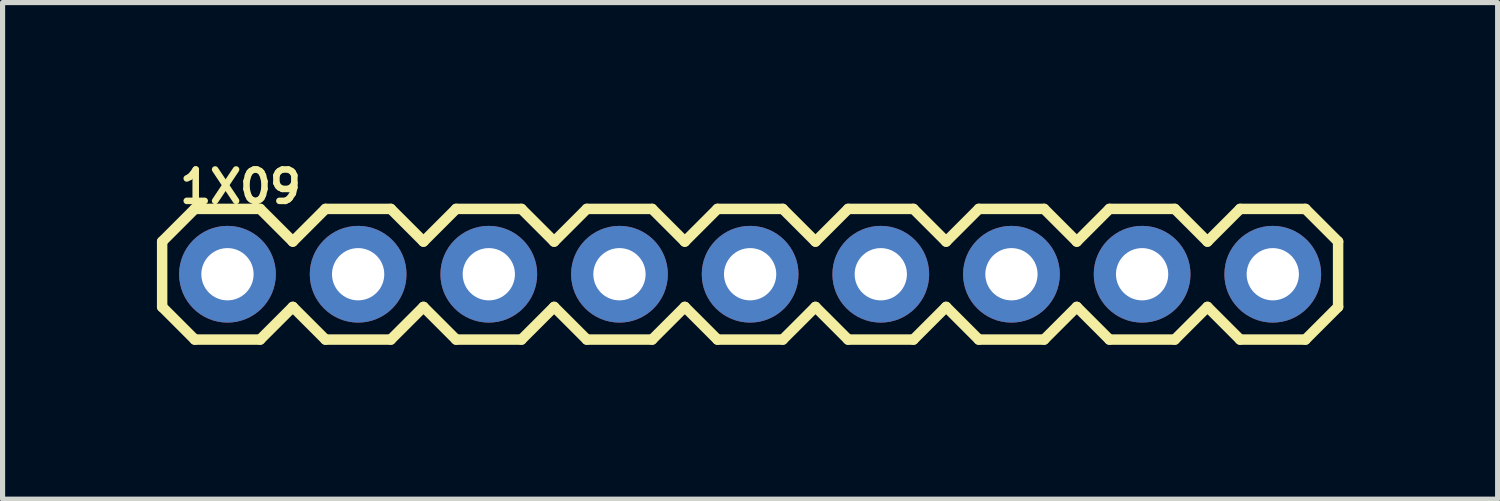
<source format=kicad_pcb>
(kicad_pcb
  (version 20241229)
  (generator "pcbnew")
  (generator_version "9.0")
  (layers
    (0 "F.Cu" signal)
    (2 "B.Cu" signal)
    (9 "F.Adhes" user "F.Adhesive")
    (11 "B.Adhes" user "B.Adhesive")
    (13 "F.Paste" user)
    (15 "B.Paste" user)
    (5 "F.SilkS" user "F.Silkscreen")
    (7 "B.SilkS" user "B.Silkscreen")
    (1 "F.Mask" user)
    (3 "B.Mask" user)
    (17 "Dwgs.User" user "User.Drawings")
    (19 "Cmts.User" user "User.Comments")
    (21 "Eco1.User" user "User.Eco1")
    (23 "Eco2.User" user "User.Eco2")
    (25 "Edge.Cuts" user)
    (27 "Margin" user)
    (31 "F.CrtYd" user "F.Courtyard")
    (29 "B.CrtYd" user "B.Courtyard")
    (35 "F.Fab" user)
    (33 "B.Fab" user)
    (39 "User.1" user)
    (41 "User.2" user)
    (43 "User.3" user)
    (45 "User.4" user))
  (footprint "1X09"
    (layer "F.Cu")
    (at 1.372 2.281)
    (property "Reference" "1X09" (at 0.254 -1.702 0) (layer "F.SilkS") (effects (font (size 0.61 0.61) (thickness 0.127))))
    (attr exclude_from_pos_files exclude_from_bom)
    (fp_line (start -1.27 -0.635) (end -1.27 0.635) (stroke (width 0.203) (type solid)) (layer "F.SilkS"))
    (fp_line (start -1.27 0.635) (end -0.635 1.27) (stroke (width 0.203) (type solid)) (layer "F.SilkS"))
    (fp_line (start -0.635 -1.27) (end -1.27 -0.635) (stroke (width 0.203) (type solid)) (layer "F.SilkS"))
    (fp_line (start -0.635 -1.27) (end 0.635 -1.27) (stroke (width 0.203) (type solid)) (layer "F.SilkS"))
    (fp_line (start 0.635 -1.27) (end 1.27 -0.635) (stroke (width 0.203) (type solid)) (layer "F.SilkS"))
    (fp_line (start 0.635 1.27) (end -0.635 1.27) (stroke (width 0.203) (type solid)) (layer "F.SilkS"))
    (fp_line (start 1.27 -0.635) (end 1.905 -1.27) (stroke (width 0.203) (type solid)) (layer "F.SilkS"))
    (fp_line (start 1.27 0.635) (end 0.635 1.27) (stroke (width 0.203) (type solid)) (layer "F.SilkS"))
    (fp_line (start 1.905 -1.27) (end 3.175 -1.27) (stroke (width 0.203) (type solid)) (layer "F.SilkS"))
    (fp_line (start 1.905 1.27) (end 1.27 0.635) (stroke (width 0.203) (type solid)) (layer "F.SilkS"))
    (fp_line (start 3.175 -1.27) (end 3.81 -0.635) (stroke (width 0.203) (type solid)) (layer "F.SilkS"))
    (fp_line (start 3.175 1.27) (end 1.905 1.27) (stroke (width 0.203) (type solid)) (layer "F.SilkS"))
    (fp_line (start 3.81 -0.635) (end 4.445 -1.27) (stroke (width 0.203) (type solid)) (layer "F.SilkS"))
    (fp_line (start 3.81 0.635) (end 3.175 1.27) (stroke (width 0.203) (type solid)) (layer "F.SilkS"))
    (fp_line (start 4.445 -1.27) (end 5.715 -1.27) (stroke (width 0.203) (type solid)) (layer "F.SilkS"))
    (fp_line (start 4.445 1.27) (end 3.81 0.635) (stroke (width 0.203) (type solid)) (layer "F.SilkS"))
    (fp_line (start 5.715 -1.27) (end 6.35 -0.635) (stroke (width 0.203) (type solid)) (layer "F.SilkS"))
    (fp_line (start 5.715 1.27) (end 4.445 1.27) (stroke (width 0.203) (type solid)) (layer "F.SilkS"))
    (fp_line (start 6.35 0.635) (end 5.715 1.27) (stroke (width 0.203) (type solid)) (layer "F.SilkS"))
    (fp_line (start 6.35 0.635) (end 6.985 1.27) (stroke (width 0.203) (type solid)) (layer "F.SilkS"))
    (fp_line (start 6.985 -1.27) (end 6.35 -0.635) (stroke (width 0.203) (type solid)) (layer "F.SilkS"))
    (fp_line (start 6.985 -1.27) (end 8.255 -1.27) (stroke (width 0.203) (type solid)) (layer "F.SilkS"))
    (fp_line (start 8.255 -1.27) (end 8.89 -0.635) (stroke (width 0.203) (type solid)) (layer "F.SilkS"))
    (fp_line (start 8.255 1.27) (end 6.985 1.27) (stroke (width 0.203) (type solid)) (layer "F.SilkS"))
    (fp_line (start 8.89 -0.635) (end 9.525 -1.27) (stroke (width 0.203) (type solid)) (layer "F.SilkS"))
    (fp_line (start 8.89 0.635) (end 8.255 1.27) (stroke (width 0.203) (type solid)) (layer "F.SilkS"))
    (fp_line (start 9.525 -1.27) (end 10.795 -1.27) (stroke (width 0.203) (type solid)) (layer "F.SilkS"))
    (fp_line (start 9.525 1.27) (end 8.89 0.635) (stroke (width 0.203) (type solid)) (layer "F.SilkS"))
    (fp_line (start 10.795 -1.27) (end 11.43 -0.635) (stroke (width 0.203) (type solid)) (layer "F.SilkS"))
    (fp_line (start 10.795 1.27) (end 9.525 1.27) (stroke (width 0.203) (type solid)) (layer "F.SilkS"))
    (fp_line (start 11.43 -0.635) (end 12.065 -1.27) (stroke (width 0.203) (type solid)) (layer "F.SilkS"))
    (fp_line (start 11.43 0.635) (end 10.795 1.27) (stroke (width 0.203) (type solid)) (layer "F.SilkS"))
    (fp_line (start 12.065 -1.27) (end 13.335 -1.27) (stroke (width 0.203) (type solid)) (layer "F.SilkS"))
    (fp_line (start 12.065 1.27) (end 11.43 0.635) (stroke (width 0.203) (type solid)) (layer "F.SilkS"))
    (fp_line (start 13.335 -1.27) (end 13.97 -0.635) (stroke (width 0.203) (type solid)) (layer "F.SilkS"))
    (fp_line (start 13.335 1.27) (end 12.065 1.27) (stroke (width 0.203) (type solid)) (layer "F.SilkS"))
    (fp_line (start 13.97 0.635) (end 13.335 1.27) (stroke (width 0.203) (type solid)) (layer "F.SilkS"))
    (fp_line (start 13.97 0.635) (end 14.605 1.27) (stroke (width 0.203) (type solid)) (layer "F.SilkS"))
    (fp_line (start 14.605 -1.27) (end 13.97 -0.635) (stroke (width 0.203) (type solid)) (layer "F.SilkS"))
    (fp_line (start 14.605 -1.27) (end 15.875 -1.27) (stroke (width 0.203) (type solid)) (layer "F.SilkS"))
    (fp_line (start 15.875 -1.27) (end 16.51 -0.635) (stroke (width 0.203) (type solid)) (layer "F.SilkS"))
    (fp_line (start 15.875 1.27) (end 14.605 1.27) (stroke (width 0.203) (type solid)) (layer "F.SilkS"))
    (fp_line (start 16.51 0.635) (end 15.875 1.27) (stroke (width 0.203) (type solid)) (layer "F.SilkS"))
    (fp_line (start 16.51 0.635) (end 17.145 1.27) (stroke (width 0.203) (type solid)) (layer "F.SilkS"))
    (fp_line (start 17.145 -1.27) (end 16.51 -0.635) (stroke (width 0.203) (type solid)) (layer "F.SilkS"))
    (fp_line (start 17.145 -1.27) (end 18.415 -1.27) (stroke (width 0.203) (type solid)) (layer "F.SilkS"))
    (fp_line (start 18.415 -1.27) (end 19.05 -0.635) (stroke (width 0.203) (type solid)) (layer "F.SilkS"))
    (fp_line (start 18.415 1.27) (end 17.145 1.27) (stroke (width 0.203) (type solid)) (layer "F.SilkS"))
    (fp_line (start 19.05 0.635) (end 18.415 1.27) (stroke (width 0.203) (type solid)) (layer "F.SilkS"))
    (fp_line (start 19.05 0.635) (end 19.685 1.27) (stroke (width 0.203) (type solid)) (layer "F.SilkS"))
    (fp_line (start 19.685 -1.27) (end 19.05 -0.635) (stroke (width 0.203) (type solid)) (layer "F.SilkS"))
    (fp_line (start 19.685 -1.27) (end 20.955 -1.27) (stroke (width 0.203) (type solid)) (layer "F.SilkS"))
    (fp_line (start 20.955 -1.27) (end 21.59 -0.635) (stroke (width 0.203) (type solid)) (layer "F.SilkS"))
    (fp_line (start 20.955 1.27) (end 19.685 1.27) (stroke (width 0.203) (type solid)) (layer "F.SilkS"))
    (fp_line (start 21.59 -0.635) (end 21.59 0.635) (stroke (width 0.203) (type solid)) (layer "F.SilkS"))
    (fp_line (start 21.59 0.635) (end 20.955 1.27) (stroke (width 0.203) (type solid)) (layer "F.SilkS"))
    (fp_line (start -0.254 -0.254) (end 0.254 -0.254) (stroke (width 0.066) (type solid)) (layer "Dwgs.User"))
    (fp_line (start -0.254 0.254) (end -0.254 -0.254) (stroke (width 0.066) (type solid)) (layer "Dwgs.User"))
    (fp_line (start -0.254 0.254) (end 0.254 0.254) (stroke (width 0.066) (type solid)) (layer "Dwgs.User"))
    (fp_line (start 0.254 0.254) (end 0.254 -0.254) (stroke (width 0.066) (type solid)) (layer "Dwgs.User"))
    (fp_line (start 2.286 -0.254) (end 2.794 -0.254) (stroke (width 0.066) (type solid)) (layer "Dwgs.User"))
    (fp_line (start 2.286 0.254) (end 2.286 -0.254) (stroke (width 0.066) (type solid)) (layer "Dwgs.User"))
    (fp_line (start 2.286 0.254) (end 2.794 0.254) (stroke (width 0.066) (type solid)) (layer "Dwgs.User"))
    (fp_line (start 2.794 0.254) (end 2.794 -0.254) (stroke (width 0.066) (type solid)) (layer "Dwgs.User"))
    (fp_line (start 4.826 -0.254) (end 5.334 -0.254) (stroke (width 0.066) (type solid)) (layer "Dwgs.User"))
    (fp_line (start 4.826 0.254) (end 4.826 -0.254) (stroke (width 0.066) (type solid)) (layer "Dwgs.User"))
    (fp_line (start 4.826 0.254) (end 5.334 0.254) (stroke (width 0.066) (type solid)) (layer "Dwgs.User"))
    (fp_line (start 5.334 0.254) (end 5.334 -0.254) (stroke (width 0.066) (type solid)) (layer "Dwgs.User"))
    (fp_line (start 7.366 -0.254) (end 7.874 -0.254) (stroke (width 0.066) (type solid)) (layer "Dwgs.User"))
    (fp_line (start 7.366 0.254) (end 7.366 -0.254) (stroke (width 0.066) (type solid)) (layer "Dwgs.User"))
    (fp_line (start 7.366 0.254) (end 7.874 0.254) (stroke (width 0.066) (type solid)) (layer "Dwgs.User"))
    (fp_line (start 7.874 0.254) (end 7.874 -0.254) (stroke (width 0.066) (type solid)) (layer "Dwgs.User"))
    (fp_line (start 9.906 -0.254) (end 10.414 -0.254) (stroke (width 0.066) (type solid)) (layer "Dwgs.User"))
    (fp_line (start 9.906 0.254) (end 9.906 -0.254) (stroke (width 0.066) (type solid)) (layer "Dwgs.User"))
    (fp_line (start 9.906 0.254) (end 10.414 0.254) (stroke (width 0.066) (type solid)) (layer "Dwgs.User"))
    (fp_line (start 10.414 0.254) (end 10.414 -0.254) (stroke (width 0.066) (type solid)) (layer "Dwgs.User"))
    (fp_line (start 12.446 -0.254) (end 12.954 -0.254) (stroke (width 0.066) (type solid)) (layer "Dwgs.User"))
    (fp_line (start 12.446 0.254) (end 12.446 -0.254) (stroke (width 0.066) (type solid)) (layer "Dwgs.User"))
    (fp_line (start 12.446 0.254) (end 12.954 0.254) (stroke (width 0.066) (type solid)) (layer "Dwgs.User"))
    (fp_line (start 12.954 0.254) (end 12.954 -0.254) (stroke (width 0.066) (type solid)) (layer "Dwgs.User"))
    (fp_line (start 14.986 -0.254) (end 15.494 -0.254) (stroke (width 0.066) (type solid)) (layer "Dwgs.User"))
    (fp_line (start 14.986 0.254) (end 14.986 -0.254) (stroke (width 0.066) (type solid)) (layer "Dwgs.User"))
    (fp_line (start 14.986 0.254) (end 15.494 0.254) (stroke (width 0.066) (type solid)) (layer "Dwgs.User"))
    (fp_line (start 15.494 0.254) (end 15.494 -0.254) (stroke (width 0.066) (type solid)) (layer "Dwgs.User"))
    (fp_line (start 17.523 -0.254) (end 18.034 -0.254) (stroke (width 0.066) (type solid)) (layer "Dwgs.User"))
    (fp_line (start 17.523 0.254) (end 17.523 -0.254) (stroke (width 0.066) (type solid)) (layer "Dwgs.User"))
    (fp_line (start 17.523 0.254) (end 18.034 0.254) (stroke (width 0.066) (type solid)) (layer "Dwgs.User"))
    (fp_line (start 18.034 0.254) (end 18.034 -0.254) (stroke (width 0.066) (type solid)) (layer "Dwgs.User"))
    (fp_line (start 20.066 -0.254) (end 20.574 -0.254) (stroke (width 0.066) (type solid)) (layer "Dwgs.User"))
    (fp_line (start 20.066 0.254) (end 20.066 -0.254) (stroke (width 0.066) (type solid)) (layer "Dwgs.User"))
    (fp_line (start 20.066 0.254) (end 20.574 0.254) (stroke (width 0.066) (type solid)) (layer "Dwgs.User"))
    (fp_line (start 20.574 0.254) (end 20.574 -0.254) (stroke (width 0.066) (type solid)) (layer "Dwgs.User"))
    (pad "1" thru_hole circle (at 0 0) (size 1.88 1.88) (drill 1.016) (layers "*.Cu" "*.Paste" "*.Mask"))
    (pad "2" thru_hole circle (at 2.54 0) (size 1.88 1.88) (drill 1.016) (layers "*.Cu" "*.Paste" "*.Mask"))
    (pad "3" thru_hole circle (at 5.08 0) (size 1.88 1.88) (drill 1.016) (layers "*.Cu" "*.Paste" "*.Mask"))
    (pad "4" thru_hole circle (at 7.62 0) (size 1.88 1.88) (drill 1.016) (layers "*.Cu" "*.Paste" "*.Mask"))
    (pad "5" thru_hole circle (at 10.16 0) (size 1.88 1.88) (drill 1.016) (layers "*.Cu" "*.Paste" "*.Mask"))
    (pad "6" thru_hole circle (at 12.7 0) (size 1.88 1.88) (drill 1.016) (layers "*.Cu" "*.Paste" "*.Mask"))
    (pad "7" thru_hole circle (at 15.24 0) (size 1.88 1.88) (drill 1.016) (layers "*.Cu" "*.Paste" "*.Mask"))
    (pad "8" thru_hole circle (at 17.78 0) (size 1.88 1.88) (drill 1.016) (layers "*.Cu" "*.Paste" "*.Mask"))
    (pad "9" thru_hole circle (at 20.32 0) (size 1.88 1.88) (drill 1.016) (layers "*.Cu" "*.Paste" "*.Mask")))
  (gr_rect
    (start -3 -3)
    (end 26.063 6.653)
    (stroke (width 0.1) (type default))
    (fill no)
    (layer "Edge.Cuts")))
</source>
